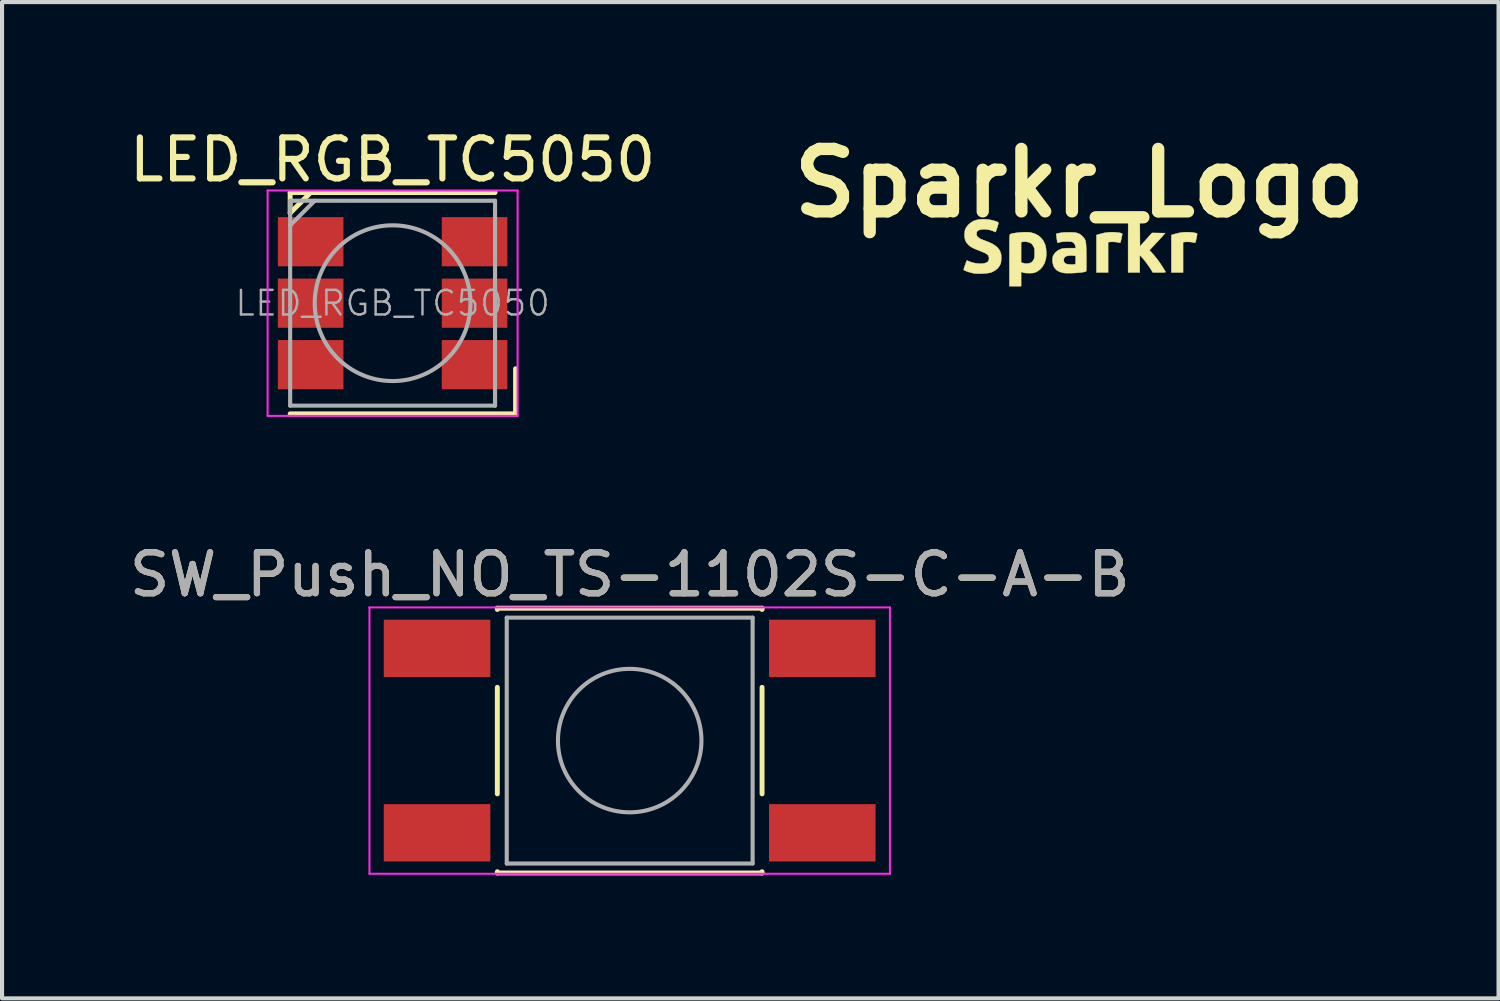
<source format=kicad_pcb>
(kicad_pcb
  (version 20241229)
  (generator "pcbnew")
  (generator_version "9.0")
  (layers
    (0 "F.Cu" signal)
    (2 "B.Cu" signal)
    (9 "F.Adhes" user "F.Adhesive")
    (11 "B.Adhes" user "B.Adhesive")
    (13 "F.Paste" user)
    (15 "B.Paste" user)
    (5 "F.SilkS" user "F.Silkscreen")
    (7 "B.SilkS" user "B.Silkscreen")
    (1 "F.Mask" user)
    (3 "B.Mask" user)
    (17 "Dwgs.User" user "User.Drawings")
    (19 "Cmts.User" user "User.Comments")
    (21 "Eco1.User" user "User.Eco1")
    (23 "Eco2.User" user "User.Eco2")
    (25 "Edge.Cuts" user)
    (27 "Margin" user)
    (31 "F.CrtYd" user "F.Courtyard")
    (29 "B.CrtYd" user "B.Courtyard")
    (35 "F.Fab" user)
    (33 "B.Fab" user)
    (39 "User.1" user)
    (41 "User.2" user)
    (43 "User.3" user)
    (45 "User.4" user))
  (footprint "Sparkr_Logo"
    (layer "F.Cu")
    (at 23.288 2.918)
    (property "Reference" "Sparkr_Logo" (at 0 -1.5 0) (layer "F.SilkS") (effects (font (size 1.524 1.524) (thickness 0.3))))
    (attr through_hole)
    (fp_poly (pts (xy 0.905 -0.297) (xy 0.962 -0.291) (xy 1.006 -0.282) (xy 1.035 -0.272) (xy 1.046 -0.261) (xy 1.047 -0.26) (xy 1.045 -0.246) (xy 1.039 -0.217) (xy 1.031 -0.177) (xy 1.024 -0.144) (xy 1.014 -0.097) (xy 1.006 -0.067) (xy 0.999 -0.051) (xy 0.992 -0.044) (xy 0.983 -0.045) (xy 0.981 -0.045) (xy 0.911 -0.06) (xy 0.839 -0.067) (xy 0.774 -0.067) (xy 0.767 -0.066) (xy 0.701 -0.059) (xy 0.701 0.681) (xy 0.417 0.681) (xy 0.417 -0.233) (xy 0.483 -0.253) (xy 0.605 -0.285) (xy 0.722 -0.301) (xy 0.838 -0.302) (xy 0.905 -0.297)) (stroke (width 0.01) (type solid)) (fill yes) (layer "F.SilkS"))
    (fp_poly (pts (xy 2.734 -0.297) (xy 2.79 -0.291) (xy 2.835 -0.282) (xy 2.864 -0.272) (xy 2.875 -0.261) (xy 2.875 -0.26) (xy 2.873 -0.246) (xy 2.868 -0.217) (xy 2.86 -0.177) (xy 2.853 -0.144) (xy 2.843 -0.097) (xy 2.835 -0.067) (xy 2.828 -0.051) (xy 2.821 -0.044) (xy 2.812 -0.045) (xy 2.81 -0.045) (xy 2.74 -0.06) (xy 2.668 -0.067) (xy 2.603 -0.067) (xy 2.595 -0.066) (xy 2.53 -0.059) (xy 2.53 0.681) (xy 2.245 0.681) (xy 2.245 -0.233) (xy 2.311 -0.253) (xy 2.434 -0.285) (xy 2.551 -0.301) (xy 2.667 -0.302) (xy 2.734 -0.297)) (stroke (width 0.01) (type solid)) (fill yes) (layer "F.SilkS"))
    (fp_poly (pts (xy 1.465 -0.735) (xy 1.467 -0.715) (xy 1.47 -0.679) (xy 1.472 -0.628) (xy 1.473 -0.559) (xy 1.475 -0.473) (xy 1.475 -0.367) (xy 1.476 -0.348) (xy 1.478 0.046) (xy 1.595 -0.086) (xy 1.636 -0.132) (xy 1.674 -0.175) (xy 1.707 -0.212) (xy 1.732 -0.239) (xy 1.742 -0.251) (xy 1.773 -0.285) (xy 1.933 -0.282) (xy 2.093 -0.279) (xy 2.025 -0.203) (xy 1.995 -0.169) (xy 1.955 -0.125) (xy 1.909 -0.075) (xy 1.861 -0.024) (xy 1.834 0.005) (xy 1.71 0.137) (xy 1.775 0.208) (xy 1.81 0.248) (xy 1.85 0.296) (xy 1.89 0.346) (xy 1.912 0.375) (xy 1.941 0.414) (xy 1.972 0.459) (xy 2.004 0.507) (xy 2.035 0.554) (xy 2.062 0.598) (xy 2.084 0.634) (xy 2.099 0.661) (xy 2.103 0.673) (xy 2.094 0.675) (xy 2.067 0.678) (xy 2.027 0.68) (xy 1.978 0.681) (xy 1.948 0.681) (xy 1.793 0.681) (xy 1.747 0.607) (xy 1.714 0.556) (xy 1.675 0.499) (xy 1.632 0.441) (xy 1.59 0.386) (xy 1.551 0.339) (xy 1.519 0.305) (xy 1.515 0.3) (xy 1.473 0.26) (xy 1.473 0.681) (xy 1.189 0.681) (xy 1.189 -0.004) (xy 1.189 -0.121) (xy 1.189 -0.231) (xy 1.19 -0.333) (xy 1.19 -0.426) (xy 1.191 -0.508) (xy 1.192 -0.577) (xy 1.194 -0.632) (xy 1.195 -0.671) (xy 1.196 -0.691) (xy 1.197 -0.695) (xy 1.209 -0.698) (xy 1.237 -0.704) (xy 1.275 -0.711) (xy 1.319 -0.719) (xy 1.364 -0.727) (xy 1.406 -0.734) (xy 1.439 -0.739) (xy 1.459 -0.742) (xy 1.462 -0.742) (xy 1.465 -0.735)) (stroke (width 0.01) (type solid)) (fill yes) (layer "F.SilkS"))
    (fp_poly (pts (xy -1.22 -0.3) (xy -1.187 -0.295) (xy -1.09 -0.267) (xy -1.007 -0.224) (xy -0.937 -0.166) (xy -0.88 -0.092) (xy -0.837 -0.003) (xy -0.832 0.013) (xy -0.82 0.062) (xy -0.812 0.124) (xy -0.808 0.193) (xy -0.809 0.263) (xy -0.815 0.326) (xy -0.822 0.366) (xy -0.854 0.46) (xy -0.9 0.54) (xy -0.959 0.605) (xy -1.031 0.656) (xy -1.044 0.663) (xy -1.075 0.677) (xy -1.1 0.687) (xy -1.125 0.692) (xy -1.156 0.695) (xy -1.199 0.696) (xy -1.229 0.696) (xy -1.289 0.695) (xy -1.334 0.691) (xy -1.366 0.685) (xy -1.384 0.678) (xy -1.422 0.661) (xy -1.422 1.016) (xy -1.707 1.016) (xy -1.707 0.386) (xy -1.707 0.258) (xy -1.707 0.148) (xy -1.707 0.055) (xy -1.706 -0.022) (xy -1.706 -0.058) (xy -1.422 -0.058) (xy -1.422 0.435) (xy -1.389 0.446) (xy -1.351 0.457) (xy -1.322 0.463) (xy -1.294 0.464) (xy -1.262 0.462) (xy -1.22 0.455) (xy -1.182 0.441) (xy -1.174 0.437) (xy -1.146 0.412) (xy -1.12 0.376) (xy -1.116 0.368) (xy -1.105 0.343) (xy -1.098 0.319) (xy -1.094 0.288) (xy -1.093 0.247) (xy -1.092 0.208) (xy -1.093 0.157) (xy -1.095 0.121) (xy -1.099 0.094) (xy -1.107 0.071) (xy -1.119 0.045) (xy -1.12 0.044) (xy -1.14 0.011) (xy -1.163 -0.017) (xy -1.176 -0.028) (xy -1.227 -0.054) (xy -1.29 -0.068) (xy -1.356 -0.07) (xy -1.391 -0.065) (xy -1.422 -0.058) (xy -1.706 -0.058) (xy -1.706 -0.084) (xy -1.705 -0.134) (xy -1.704 -0.173) (xy -1.702 -0.202) (xy -1.7 -0.222) (xy -1.698 -0.236) (xy -1.695 -0.245) (xy -1.692 -0.25) (xy -1.688 -0.253) (xy -1.688 -0.253) (xy -1.656 -0.265) (xy -1.608 -0.276) (xy -1.548 -0.285) (xy -1.48 -0.293) (xy -1.41 -0.299) (xy -1.34 -0.302) (xy -1.275 -0.302) (xy -1.22 -0.3)) (stroke (width 0.01) (type solid)) (fill yes) (layer "F.SilkS"))
    (fp_poly (pts (xy -0.173 -0.298) (xy -0.109 -0.293) (xy -0.057 -0.283) (xy -0.014 -0.268) (xy 0.024 -0.246) (xy 0.06 -0.215) (xy 0.078 -0.198) (xy 0.1 -0.175) (xy 0.118 -0.153) (xy 0.132 -0.131) (xy 0.144 -0.106) (xy 0.152 -0.076) (xy 0.159 -0.038) (xy 0.163 0.01) (xy 0.166 0.07) (xy 0.168 0.144) (xy 0.17 0.235) (xy 0.17 0.304) (xy 0.171 0.385) (xy 0.171 0.459) (xy 0.171 0.525) (xy 0.17 0.58) (xy 0.169 0.62) (xy 0.167 0.645) (xy 0.166 0.651) (xy 0.146 0.66) (xy 0.11 0.669) (xy 0.06 0.677) (xy 0.001 0.684) (xy -0.066 0.69) (xy -0.136 0.694) (xy -0.205 0.697) (xy -0.271 0.697) (xy -0.33 0.696) (xy -0.378 0.692) (xy -0.406 0.688) (xy -0.488 0.662) (xy -0.553 0.625) (xy -0.602 0.576) (xy -0.634 0.515) (xy -0.652 0.441) (xy -0.654 0.395) (xy -0.383 0.395) (xy -0.382 0.4) (xy -0.368 0.436) (xy -0.341 0.461) (xy -0.305 0.476) (xy -0.272 0.482) (xy -0.229 0.485) (xy -0.183 0.487) (xy -0.141 0.485) (xy -0.114 0.481) (xy -0.104 0.477) (xy -0.097 0.469) (xy -0.093 0.454) (xy -0.092 0.426) (xy -0.091 0.383) (xy -0.091 0.375) (xy -0.091 0.276) (xy -0.148 0.269) (xy -0.205 0.266) (xy -0.262 0.27) (xy -0.311 0.28) (xy -0.335 0.29) (xy -0.364 0.315) (xy -0.381 0.352) (xy -0.383 0.395) (xy -0.654 0.395) (xy -0.655 0.386) (xy -0.654 0.341) (xy -0.651 0.31) (xy -0.644 0.284) (xy -0.631 0.256) (xy -0.624 0.244) (xy -0.579 0.186) (xy -0.519 0.14) (xy -0.445 0.106) (xy -0.438 0.104) (xy -0.406 0.096) (xy -0.367 0.091) (xy -0.317 0.088) (xy -0.252 0.086) (xy -0.235 0.086) (xy -0.089 0.086) (xy -0.095 0.047) (xy -0.111 -0.004) (xy -0.143 -0.044) (xy -0.169 -0.061) (xy -0.195 -0.068) (xy -0.236 -0.073) (xy -0.287 -0.075) (xy -0.343 -0.074) (xy -0.398 -0.07) (xy -0.447 -0.064) (xy -0.478 -0.058) (xy -0.508 -0.05) (xy -0.528 -0.045) (xy -0.534 -0.044) (xy -0.537 -0.056) (xy -0.542 -0.083) (xy -0.548 -0.119) (xy -0.553 -0.159) (xy -0.559 -0.198) (xy -0.563 -0.232) (xy -0.566 -0.254) (xy -0.566 -0.261) (xy -0.555 -0.265) (xy -0.529 -0.272) (xy -0.493 -0.28) (xy -0.487 -0.282) (xy -0.436 -0.29) (xy -0.374 -0.296) (xy -0.297 -0.299) (xy -0.254 -0.299) (xy -0.173 -0.298)) (stroke (width 0.01) (type solid)) (fill yes) (layer "F.SilkS"))
    (fp_poly (pts (xy -2.273 -0.617) (xy -2.214 -0.61) (xy -2.154 -0.599) (xy -2.097 -0.586) (xy -2.047 -0.571) (xy -2.007 -0.556) (xy -1.981 -0.541) (xy -1.974 -0.532) (xy -1.976 -0.519) (xy -1.982 -0.493) (xy -1.993 -0.457) (xy -2.005 -0.417) (xy -2.018 -0.377) (xy -2.031 -0.342) (xy -2.041 -0.316) (xy -2.047 -0.305) (xy -2.047 -0.305) (xy -2.057 -0.309) (xy -2.08 -0.319) (xy -2.104 -0.33) (xy -2.165 -0.352) (xy -2.23 -0.366) (xy -2.295 -0.373) (xy -2.358 -0.373) (xy -2.414 -0.365) (xy -2.459 -0.35) (xy -2.491 -0.327) (xy -2.499 -0.316) (xy -2.506 -0.293) (xy -2.509 -0.261) (xy -2.51 -0.256) (xy -2.504 -0.223) (xy -2.488 -0.194) (xy -2.458 -0.167) (xy -2.414 -0.14) (xy -2.352 -0.113) (xy -2.304 -0.095) (xy -2.2 -0.054) (xy -2.115 -0.013) (xy -2.047 0.031) (xy -1.994 0.077) (xy -1.954 0.129) (xy -1.935 0.165) (xy -1.921 0.201) (xy -1.912 0.233) (xy -1.908 0.269) (xy -1.906 0.317) (xy -1.906 0.32) (xy -1.908 0.367) (xy -1.911 0.411) (xy -1.916 0.445) (xy -1.918 0.453) (xy -1.948 0.52) (xy -1.995 0.581) (xy -2.058 0.631) (xy -2.133 0.671) (xy -2.165 0.682) (xy -2.205 0.692) (xy -2.261 0.699) (xy -2.326 0.705) (xy -2.395 0.708) (xy -2.462 0.709) (xy -2.523 0.707) (xy -2.572 0.702) (xy -2.577 0.701) (xy -2.617 0.692) (xy -2.665 0.679) (xy -2.713 0.665) (xy -2.757 0.65) (xy -2.791 0.636) (xy -2.809 0.626) (xy -2.817 0.62) (xy -2.821 0.611) (xy -2.82 0.597) (xy -2.814 0.573) (xy -2.802 0.537) (xy -2.789 0.502) (xy -2.774 0.458) (xy -2.761 0.422) (xy -2.752 0.397) (xy -2.749 0.388) (xy -2.739 0.391) (xy -2.716 0.399) (xy -2.697 0.408) (xy -2.625 0.434) (xy -2.551 0.453) (xy -2.476 0.463) (xy -2.404 0.466) (xy -2.339 0.461) (xy -2.284 0.447) (xy -2.243 0.426) (xy -2.226 0.41) (xy -2.21 0.376) (xy -2.205 0.334) (xy -2.211 0.292) (xy -2.221 0.268) (xy -2.242 0.246) (xy -2.275 0.222) (xy -2.323 0.197) (xy -2.387 0.17) (xy -2.432 0.152) (xy -2.515 0.12) (xy -2.581 0.09) (xy -2.634 0.062) (xy -2.675 0.034) (xy -2.708 0.005) (xy -2.749 -0.041) (xy -2.776 -0.087) (xy -2.793 -0.138) (xy -2.801 -0.201) (xy -2.802 -0.218) (xy -2.801 -0.294) (xy -2.79 -0.356) (xy -2.766 -0.411) (xy -2.728 -0.463) (xy -2.698 -0.494) (xy -2.639 -0.543) (xy -2.572 -0.58) (xy -2.497 -0.604) (xy -2.408 -0.617) (xy -2.328 -0.62) (xy -2.273 -0.617)) (stroke (width 0.01) (type solid)) (fill yes) (layer "F.SilkS")))
  (footprint "SW_Push_NO_TS-1102S-C-A-B"
    (layer "F.Cu")
    (at 12.315 15.021)
    (property "Reference" "SW_Push_NO_TS-1102S-C-A-B" (at 0 -4.05 0) (layer "F.SilkS") (effects (font (size 1 1) (thickness 0.15))))
    (attr smd)
    (fp_line (start -3.23 -3.23) (end 3.23 -3.23) (stroke (width 0.12) (type solid)) (layer "F.SilkS"))
    (fp_line (start -3.23 -3.2) (end -3.23 -3.23) (stroke (width 0.12) (type solid)) (layer "F.SilkS"))
    (fp_line (start -3.23 -1.3) (end -3.23 1.3) (stroke (width 0.12) (type solid)) (layer "F.SilkS"))
    (fp_line (start -3.23 3.23) (end -3.23 3.2) (stroke (width 0.12) (type solid)) (layer "F.SilkS"))
    (fp_line (start -3.23 3.23) (end 3.23 3.23) (stroke (width 0.12) (type solid)) (layer "F.SilkS"))
    (fp_line (start 3.23 -3.23) (end 3.23 -3.2) (stroke (width 0.12) (type solid)) (layer "F.SilkS"))
    (fp_line (start 3.23 -1.3) (end 3.23 1.3) (stroke (width 0.12) (type solid)) (layer "F.SilkS"))
    (fp_line (start 3.23 3.23) (end 3.23 3.2) (stroke (width 0.12) (type solid)) (layer "F.SilkS"))
    (fp_line (start -6.35 -3.25) (end -6.35 3.25) (stroke (width 0.05) (type solid)) (layer "F.CrtYd"))
    (fp_line (start -6.35 -3.25) (end 6.35 -3.25) (stroke (width 0.05) (type solid)) (layer "F.CrtYd"))
    (fp_line (start -6.35 3.25) (end 6.35 3.25) (stroke (width 0.05) (type solid)) (layer "F.CrtYd"))
    (fp_line (start 6.35 3.25) (end 6.35 -3.25) (stroke (width 0.05) (type solid)) (layer "F.CrtYd"))
    (fp_line (start -3 -3) (end -3 3) (stroke (width 0.1) (type solid)) (layer "F.Fab"))
    (fp_line (start -3 3) (end 3 3) (stroke (width 0.1) (type solid)) (layer "F.Fab"))
    (fp_line (start 3 -3) (end -3 -3) (stroke (width 0.1) (type solid)) (layer "F.Fab"))
    (fp_line (start 3 3) (end 3 -3) (stroke (width 0.1) (type solid)) (layer "F.Fab"))
    (fp_circle (center 0 0) (end 1.75 -0.05) (stroke (width 0.1) (type solid)) (fill no) (layer "F.Fab"))
    (fp_text user "${REFERENCE}" (at 0 -4.05 0) (layer "F.Fab") (effects (font (size 1 1) (thickness 0.15))))
    (pad "1" smd rect (at -4.7 -2.25) (size 2.6 1.4) (layers "F.Cu" "F.Mask" "F.Paste"))
    (pad "1" smd rect (at 4.7 -2.25) (size 2.6 1.4) (layers "F.Cu" "F.Mask" "F.Paste"))
    (pad "2" smd rect (at -4.7 2.25) (size 2.6 1.4) (layers "F.Cu" "F.Mask" "F.Paste"))
    (pad "2" smd rect (at 4.7 2.25) (size 2.6 1.4) (layers "F.Cu" "F.Mask" "F.Paste")))
  (footprint "LED_RGB_TC5050"
    (layer "F.Cu")
    (at 6.53 4.348)
    (property "Reference" "LED_RGB_TC5050" (at 0 -3.5 180) (layer "F.SilkS") (effects (font (size 1 1) (thickness 0.15))))
    (attr smd)
    (fp_line (start -2.5 -2.7) (end -2.5 -2.2) (stroke (width 0.12) (type solid)) (layer "F.SilkS"))
    (fp_line (start -2.5 -2.7) (end 2.5 -2.7) (stroke (width 0.12) (type solid)) (layer "F.SilkS"))
    (fp_line (start -2.5 -2.2) (end -2 -2.7) (stroke (width 0.12) (type solid)) (layer "F.SilkS"))
    (fp_line (start 3 1.6) (end 3 2.7) (stroke (width 0.12) (type solid)) (layer "F.SilkS"))
    (fp_line (start 3 2.7) (end -2.5 2.7) (stroke (width 0.12) (type solid)) (layer "F.SilkS"))
    (fp_line (start -3.05 -2.75) (end -3.05 2.75) (stroke (width 0.05) (type solid)) (layer "F.CrtYd"))
    (fp_line (start -3.05 2.75) (end 3.05 2.75) (stroke (width 0.05) (type solid)) (layer "F.CrtYd"))
    (fp_line (start 3.05 -2.75) (end -3.05 -2.75) (stroke (width 0.05) (type solid)) (layer "F.CrtYd"))
    (fp_line (start 3.05 2.75) (end 3.05 -2.75) (stroke (width 0.05) (type solid)) (layer "F.CrtYd"))
    (fp_line (start -2.5 -2.5) (end -2.5 2.5) (stroke (width 0.1) (type solid)) (layer "F.Fab"))
    (fp_line (start -2.5 -1.9) (end -1.9 -2.5) (stroke (width 0.1) (type solid)) (layer "F.Fab"))
    (fp_line (start -2.5 2.5) (end 2.5 2.5) (stroke (width 0.1) (type solid)) (layer "F.Fab"))
    (fp_line (start 2.5 -2.5) (end -2.5 -2.5) (stroke (width 0.1) (type solid)) (layer "F.Fab"))
    (fp_line (start 2.5 2.5) (end 2.5 -2.5) (stroke (width 0.1) (type solid)) (layer "F.Fab"))
    (fp_circle (center 0 0) (end 0 -1.9) (stroke (width 0.1) (type solid)) (fill no) (layer "F.Fab"))
    (fp_text user "${REFERENCE}" (at 0 0 0) (layer "F.Fab") (effects (font (size 0.6 0.6) (thickness 0.06))))
    (pad "1" smd rect (at -2 0 90) (size 1.2 1.6) (layers "F.Cu" "F.Mask" "F.Paste"))
    (pad "2" smd rect (at -2 1.5 90) (size 1.2 1.6) (layers "F.Cu" "F.Mask" "F.Paste"))
    (pad "3" smd rect (at -2 -1.5 90) (size 1.2 1.6) (layers "F.Cu" "F.Mask" "F.Paste"))
    (pad "4" smd rect (at 2 -1.5 90) (size 1.2 1.6) (layers "F.Cu" "F.Mask" "F.Paste"))
    (pad "5" smd rect (at 2 1.5 90) (size 1.2 1.6) (layers "F.Cu" "F.Mask" "F.Paste"))
    (pad "6" smd rect (at 2 0 90) (size 1.2 1.6) (layers "F.Cu" "F.Mask" "F.Paste")))
  (gr_rect
    (start -3 -3)
    (end 33.516 21.311)
    (stroke (width 0.1) (type default))
    (fill no)
    (layer "Edge.Cuts")))
</source>
